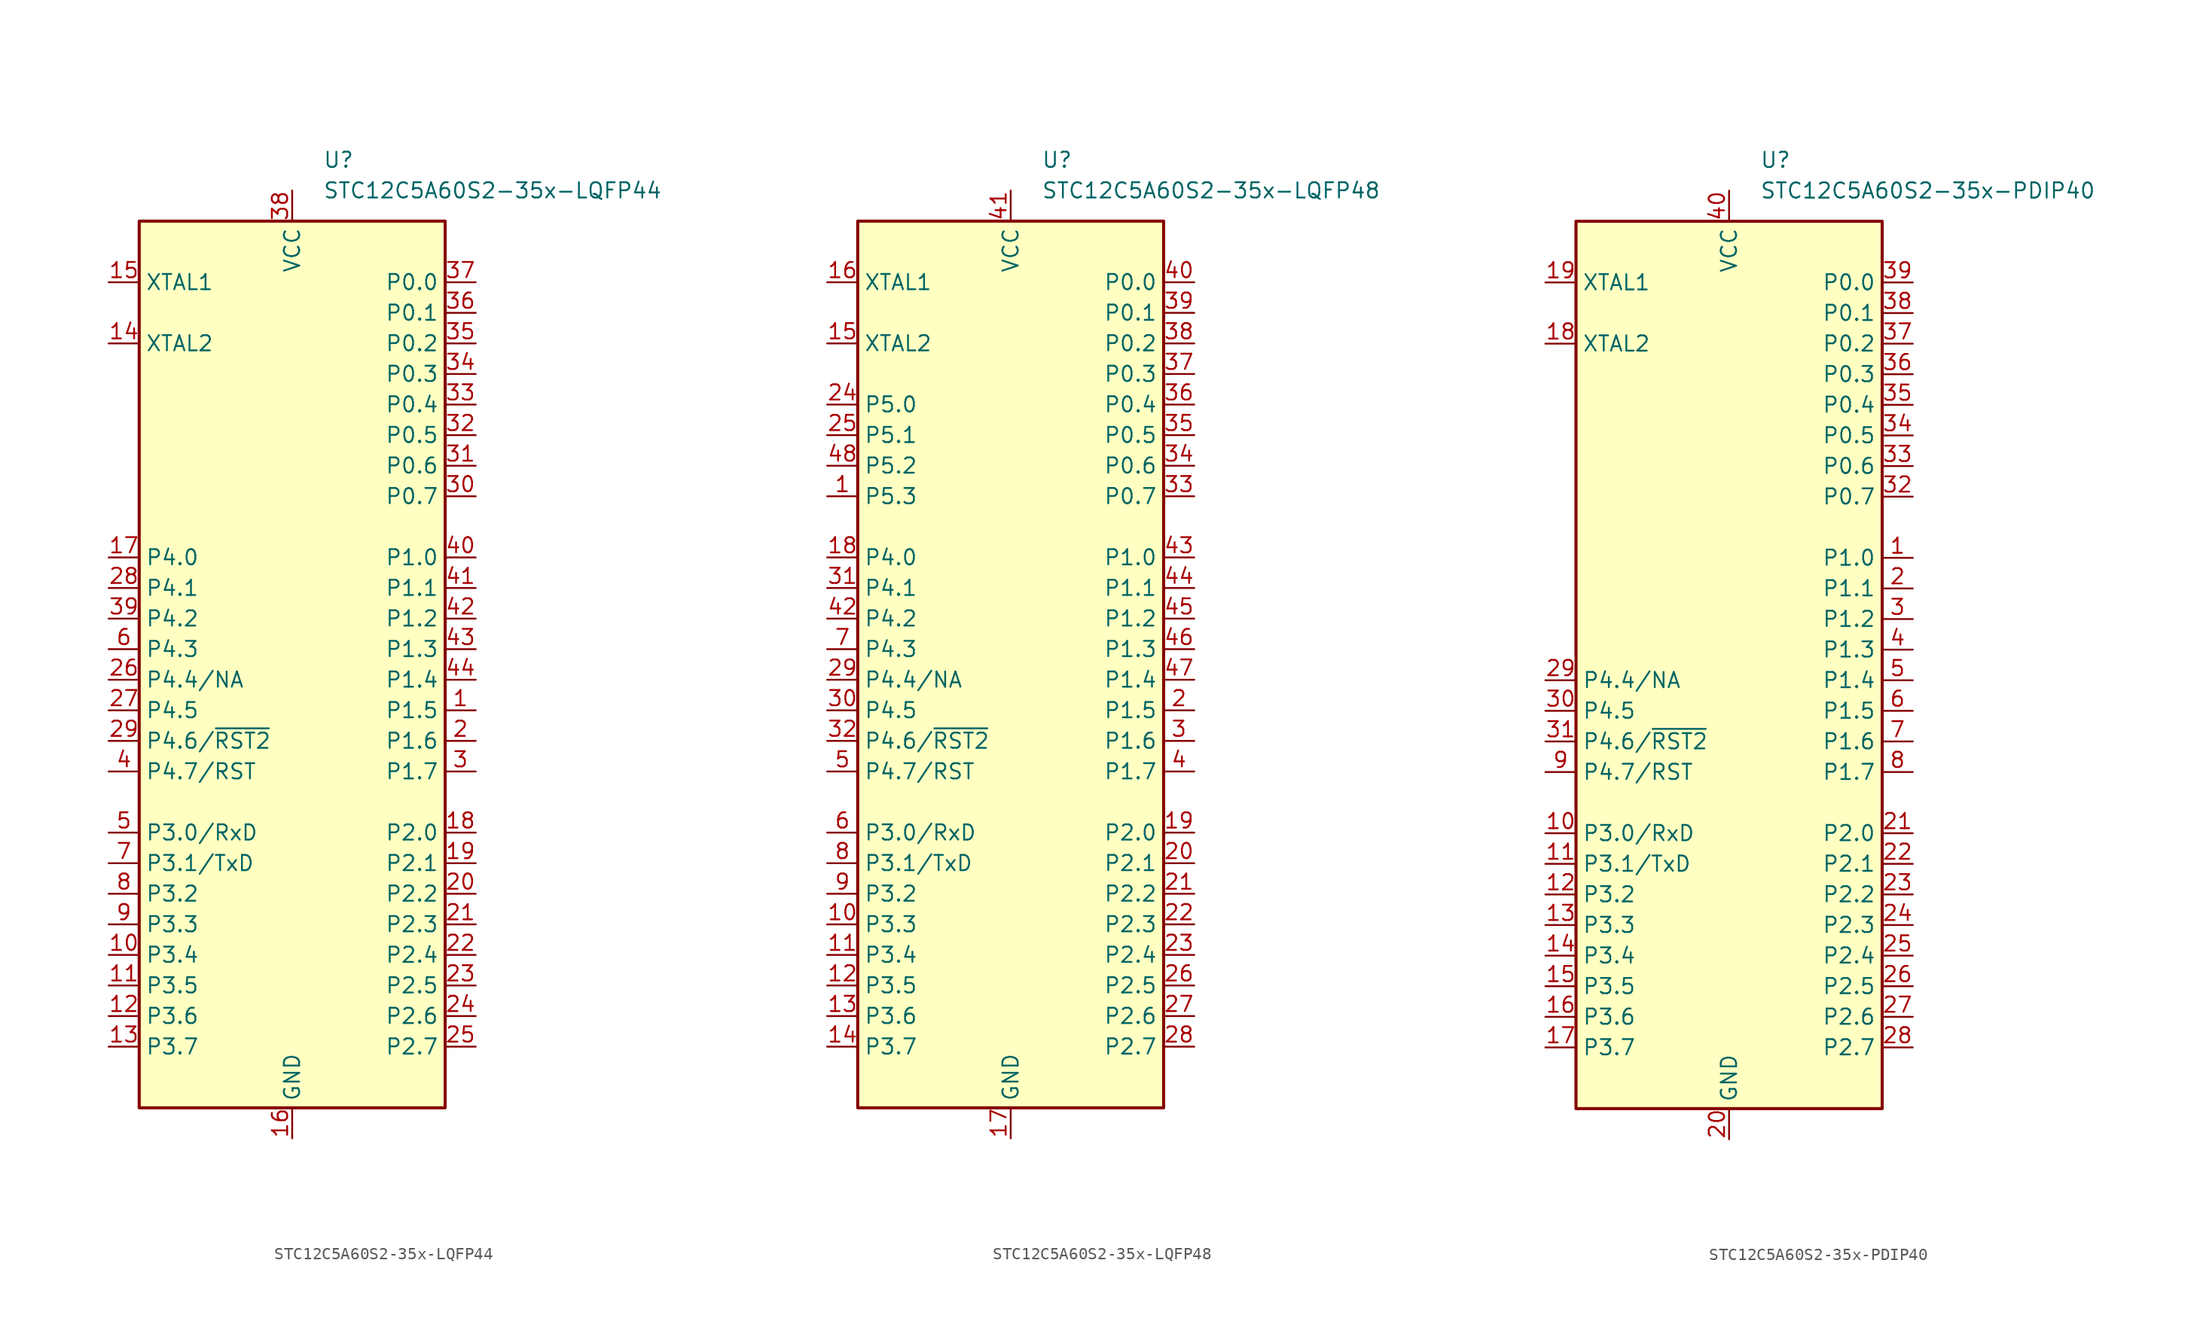
<source format=kicad_sym>
(kicad_symbol_lib
  (version 20211014)
  (generator kicad_symbol_editor)
  (symbol "STC12C5A60S2-35x-LQFP44"
    (property "Reference" "U"
      (at 2.54 41.91 0)
      (effects (font (size 1.27 1.27)) (justify left)))
    (property "Value" "STC12C5A60S2-35x-LQFP44"
      (at 2.54 39.37 0)
      (effects (font (size 1.27 1.27)) (justify left)))
    (symbol "STC12C5A60S2-35x-LQFP44_0_1"
      (rectangle (start -12.7 36.83) (end 12.7 -36.83) (stroke (width 0.254) (type default) (color 0 0 0 0)) (fill (type background))))
    (symbol "STC12C5A60S2-35x-LQFP44_1_1"
      (pin bidirectional line (at 15.24 -3.81 180) (length 2.54) (name "P1.5" (effects (font (size 1.27 1.27)))) (number "1" (effects (font (size 1.27 1.27)))))
      (pin bidirectional line (at -15.24 -24.13 0) (length 2.54) (name "P3.4" (effects (font (size 1.27 1.27)))) (number "10" (effects (font (size 1.27 1.27)))))
      (pin bidirectional line (at -15.24 -26.67 0) (length 2.54) (name "P3.5" (effects (font (size 1.27 1.27)))) (number "11" (effects (font (size 1.27 1.27)))))
      (pin bidirectional line (at -15.24 -29.21 0) (length 2.54) (name "P3.6" (effects (font (size 1.27 1.27)))) (number "12" (effects (font (size 1.27 1.27)))))
      (pin bidirectional line (at -15.24 -31.75 0) (length 2.54) (name "P3.7" (effects (font (size 1.27 1.27)))) (number "13" (effects (font (size 1.27 1.27)))))
      (pin output line (at -15.24 26.67 0) (length 2.54) (name "XTAL2" (effects (font (size 1.27 1.27)))) (number "14" (effects (font (size 1.27 1.27)))))
      (pin input line (at -15.24 31.75 0) (length 2.54) (name "XTAL1" (effects (font (size 1.27 1.27)))) (number "15" (effects (font (size 1.27 1.27)))))
      (pin power_in line (at 0 -39.37 90) (length 2.54) (name "GND" (effects (font (size 1.27 1.27)))) (number "16" (effects (font (size 1.27 1.27)))))
      (pin bidirectional line (at -15.24 8.89 0) (length 2.54) (name "P4.0" (effects (font (size 1.27 1.27)))) (number "17" (effects (font (size 1.27 1.27)))))
      (pin bidirectional line (at 15.24 -13.97 180) (length 2.54) (name "P2.0" (effects (font (size 1.27 1.27)))) (number "18" (effects (font (size 1.27 1.27)))))
      (pin bidirectional line (at 15.24 -16.51 180) (length 2.54) (name "P2.1" (effects (font (size 1.27 1.27)))) (number "19" (effects (font (size 1.27 1.27)))))
      (pin bidirectional line (at 15.24 -6.35 180) (length 2.54) (name "P1.6" (effects (font (size 1.27 1.27)))) (number "2" (effects (font (size 1.27 1.27)))))
      (pin bidirectional line (at 15.24 -19.05 180) (length 2.54) (name "P2.2" (effects (font (size 1.27 1.27)))) (number "20" (effects (font (size 1.27 1.27)))))
      (pin bidirectional line (at 15.24 -21.59 180) (length 2.54) (name "P2.3" (effects (font (size 1.27 1.27)))) (number "21" (effects (font (size 1.27 1.27)))))
      (pin bidirectional line (at 15.24 -24.13 180) (length 2.54) (name "P2.4" (effects (font (size 1.27 1.27)))) (number "22" (effects (font (size 1.27 1.27)))))
      (pin bidirectional line (at 15.24 -26.67 180) (length 2.54) (name "P2.5" (effects (font (size 1.27 1.27)))) (number "23" (effects (font (size 1.27 1.27)))))
      (pin bidirectional line (at 15.24 -29.21 180) (length 2.54) (name "P2.6" (effects (font (size 1.27 1.27)))) (number "24" (effects (font (size 1.27 1.27)))))
      (pin bidirectional line (at 15.24 -31.75 180) (length 2.54) (name "P2.7" (effects (font (size 1.27 1.27)))) (number "25" (effects (font (size 1.27 1.27)))))
      (pin bidirectional line (at -15.24 -1.27 0) (length 2.54) (name "P4.4/NA" (effects (font (size 1.27 1.27)))) (number "26" (effects (font (size 1.27 1.27)))))
      (pin bidirectional line (at -15.24 -3.81 0) (length 2.54) (name "P4.5" (effects (font (size 1.27 1.27)))) (number "27" (effects (font (size 1.27 1.27)))))
      (pin bidirectional line (at -15.24 6.35 0) (length 2.54) (name "P4.1" (effects (font (size 1.27 1.27)))) (number "28" (effects (font (size 1.27 1.27)))))
      (pin bidirectional line (at -15.24 -6.35 0) (length 2.54) (name "P4.6/~{RST2}" (effects (font (size 1.27 1.27)))) (number "29" (effects (font (size 1.27 1.27)))))
      (pin bidirectional line (at 15.24 -8.89 180) (length 2.54) (name "P1.7" (effects (font (size 1.27 1.27)))) (number "3" (effects (font (size 1.27 1.27)))))
      (pin bidirectional line (at 15.24 13.97 180) (length 2.54) (name "P0.7" (effects (font (size 1.27 1.27)))) (number "30" (effects (font (size 1.27 1.27)))))
      (pin bidirectional line (at 15.24 16.51 180) (length 2.54) (name "P0.6" (effects (font (size 1.27 1.27)))) (number "31" (effects (font (size 1.27 1.27)))))
      (pin bidirectional line (at 15.24 19.05 180) (length 2.54) (name "P0.5" (effects (font (size 1.27 1.27)))) (number "32" (effects (font (size 1.27 1.27)))))
      (pin bidirectional line (at 15.24 21.59 180) (length 2.54) (name "P0.4" (effects (font (size 1.27 1.27)))) (number "33" (effects (font (size 1.27 1.27)))))
      (pin bidirectional line (at 15.24 24.13 180) (length 2.54) (name "P0.3" (effects (font (size 1.27 1.27)))) (number "34" (effects (font (size 1.27 1.27)))))
      (pin bidirectional line (at 15.24 26.67 180) (length 2.54) (name "P0.2" (effects (font (size 1.27 1.27)))) (number "35" (effects (font (size 1.27 1.27)))))
      (pin bidirectional line (at 15.24 29.21 180) (length 2.54) (name "P0.1" (effects (font (size 1.27 1.27)))) (number "36" (effects (font (size 1.27 1.27)))))
      (pin bidirectional line (at 15.24 31.75 180) (length 2.54) (name "P0.0" (effects (font (size 1.27 1.27)))) (number "37" (effects (font (size 1.27 1.27)))))
      (pin power_in line (at 0 39.37 270) (length 2.54) (name "VCC" (effects (font (size 1.27 1.27)))) (number "38" (effects (font (size 1.27 1.27)))))
      (pin bidirectional line (at -15.24 3.81 0) (length 2.54) (name "P4.2" (effects (font (size 1.27 1.27)))) (number "39" (effects (font (size 1.27 1.27)))))
      (pin bidirectional line (at -15.24 -8.89 0) (length 2.54) (name "P4.7/RST" (effects (font (size 1.27 1.27)))) (number "4" (effects (font (size 1.27 1.27)))))
      (pin bidirectional line (at 15.24 8.89 180) (length 2.54) (name "P1.0" (effects (font (size 1.27 1.27)))) (number "40" (effects (font (size 1.27 1.27)))))
      (pin bidirectional line (at 15.24 6.35 180) (length 2.54) (name "P1.1" (effects (font (size 1.27 1.27)))) (number "41" (effects (font (size 1.27 1.27)))))
      (pin bidirectional line (at 15.24 3.81 180) (length 2.54) (name "P1.2" (effects (font (size 1.27 1.27)))) (number "42" (effects (font (size 1.27 1.27)))))
      (pin bidirectional line (at 15.24 1.27 180) (length 2.54) (name "P1.3" (effects (font (size 1.27 1.27)))) (number "43" (effects (font (size 1.27 1.27)))))
      (pin bidirectional line (at 15.24 -1.27 180) (length 2.54) (name "P1.4" (effects (font (size 1.27 1.27)))) (number "44" (effects (font (size 1.27 1.27)))))
      (pin bidirectional line (at -15.24 -13.97 0) (length 2.54) (name "P3.0/RxD" (effects (font (size 1.27 1.27)))) (number "5" (effects (font (size 1.27 1.27)))))
      (pin bidirectional line (at -15.24 1.27 0) (length 2.54) (name "P4.3" (effects (font (size 1.27 1.27)))) (number "6" (effects (font (size 1.27 1.27)))))
      (pin bidirectional line (at -15.24 -16.51 0) (length 2.54) (name "P3.1/TxD" (effects (font (size 1.27 1.27)))) (number "7" (effects (font (size 1.27 1.27)))))
      (pin bidirectional line (at -15.24 -19.05 0) (length 2.54) (name "P3.2" (effects (font (size 1.27 1.27)))) (number "8" (effects (font (size 1.27 1.27)))))
      (pin bidirectional line (at -15.24 -21.59 0) (length 2.54) (name "P3.3" (effects (font (size 1.27 1.27)))) (number "9" (effects (font (size 1.27 1.27)))))))
  (symbol "STC12C5A60S2-35x-LQFP48"
    (property "Reference" "U"
      (at 2.54 41.91 0)
      (effects (font (size 1.27 1.27)) (justify left)))
    (property "Value" "STC12C5A60S2-35x-LQFP48"
      (at 2.54 39.37 0)
      (effects (font (size 1.27 1.27)) (justify left)))
    (symbol "STC12C5A60S2-35x-LQFP48_0_1"
      (rectangle (start -12.7 36.83) (end 12.7 -36.83) (stroke (width 0.254) (type default) (color 0 0 0 0)) (fill (type background))))
    (symbol "STC12C5A60S2-35x-LQFP48_1_1"
      (pin bidirectional line (at -15.24 13.97 0) (length 2.54) (name "P5.3" (effects (font (size 1.27 1.27)))) (number "1" (effects (font (size 1.27 1.27)))))
      (pin bidirectional line (at -15.24 -21.59 0) (length 2.54) (name "P3.3" (effects (font (size 1.27 1.27)))) (number "10" (effects (font (size 1.27 1.27)))))
      (pin bidirectional line (at -15.24 -24.13 0) (length 2.54) (name "P3.4" (effects (font (size 1.27 1.27)))) (number "11" (effects (font (size 1.27 1.27)))))
      (pin bidirectional line (at -15.24 -26.67 0) (length 2.54) (name "P3.5" (effects (font (size 1.27 1.27)))) (number "12" (effects (font (size 1.27 1.27)))))
      (pin bidirectional line (at -15.24 -29.21 0) (length 2.54) (name "P3.6" (effects (font (size 1.27 1.27)))) (number "13" (effects (font (size 1.27 1.27)))))
      (pin bidirectional line (at -15.24 -31.75 0) (length 2.54) (name "P3.7" (effects (font (size 1.27 1.27)))) (number "14" (effects (font (size 1.27 1.27)))))
      (pin output line (at -15.24 26.67 0) (length 2.54) (name "XTAL2" (effects (font (size 1.27 1.27)))) (number "15" (effects (font (size 1.27 1.27)))))
      (pin input line (at -15.24 31.75 0) (length 2.54) (name "XTAL1" (effects (font (size 1.27 1.27)))) (number "16" (effects (font (size 1.27 1.27)))))
      (pin power_in line (at 0 -39.37 90) (length 2.54) (name "GND" (effects (font (size 1.27 1.27)))) (number "17" (effects (font (size 1.27 1.27)))))
      (pin bidirectional line (at -15.24 8.89 0) (length 2.54) (name "P4.0" (effects (font (size 1.27 1.27)))) (number "18" (effects (font (size 1.27 1.27)))))
      (pin bidirectional line (at 15.24 -13.97 180) (length 2.54) (name "P2.0" (effects (font (size 1.27 1.27)))) (number "19" (effects (font (size 1.27 1.27)))))
      (pin bidirectional line (at 15.24 -3.81 180) (length 2.54) (name "P1.5" (effects (font (size 1.27 1.27)))) (number "2" (effects (font (size 1.27 1.27)))))
      (pin bidirectional line (at 15.24 -16.51 180) (length 2.54) (name "P2.1" (effects (font (size 1.27 1.27)))) (number "20" (effects (font (size 1.27 1.27)))))
      (pin bidirectional line (at 15.24 -19.05 180) (length 2.54) (name "P2.2" (effects (font (size 1.27 1.27)))) (number "21" (effects (font (size 1.27 1.27)))))
      (pin bidirectional line (at 15.24 -21.59 180) (length 2.54) (name "P2.3" (effects (font (size 1.27 1.27)))) (number "22" (effects (font (size 1.27 1.27)))))
      (pin bidirectional line (at 15.24 -24.13 180) (length 2.54) (name "P2.4" (effects (font (size 1.27 1.27)))) (number "23" (effects (font (size 1.27 1.27)))))
      (pin bidirectional line (at -15.24 21.59 0) (length 2.54) (name "P5.0" (effects (font (size 1.27 1.27)))) (number "24" (effects (font (size 1.27 1.27)))))
      (pin bidirectional line (at -15.24 19.05 0) (length 2.54) (name "P5.1" (effects (font (size 1.27 1.27)))) (number "25" (effects (font (size 1.27 1.27)))))
      (pin bidirectional line (at 15.24 -26.67 180) (length 2.54) (name "P2.5" (effects (font (size 1.27 1.27)))) (number "26" (effects (font (size 1.27 1.27)))))
      (pin bidirectional line (at 15.24 -29.21 180) (length 2.54) (name "P2.6" (effects (font (size 1.27 1.27)))) (number "27" (effects (font (size 1.27 1.27)))))
      (pin bidirectional line (at 15.24 -31.75 180) (length 2.54) (name "P2.7" (effects (font (size 1.27 1.27)))) (number "28" (effects (font (size 1.27 1.27)))))
      (pin bidirectional line (at -15.24 -1.27 0) (length 2.54) (name "P4.4/NA" (effects (font (size 1.27 1.27)))) (number "29" (effects (font (size 1.27 1.27)))))
      (pin bidirectional line (at 15.24 -6.35 180) (length 2.54) (name "P1.6" (effects (font (size 1.27 1.27)))) (number "3" (effects (font (size 1.27 1.27)))))
      (pin bidirectional line (at -15.24 -3.81 0) (length 2.54) (name "P4.5" (effects (font (size 1.27 1.27)))) (number "30" (effects (font (size 1.27 1.27)))))
      (pin bidirectional line (at -15.24 6.35 0) (length 2.54) (name "P4.1" (effects (font (size 1.27 1.27)))) (number "31" (effects (font (size 1.27 1.27)))))
      (pin bidirectional line (at -15.24 -6.35 0) (length 2.54) (name "P4.6/~{RST2}" (effects (font (size 1.27 1.27)))) (number "32" (effects (font (size 1.27 1.27)))))
      (pin bidirectional line (at 15.24 13.97 180) (length 2.54) (name "P0.7" (effects (font (size 1.27 1.27)))) (number "33" (effects (font (size 1.27 1.27)))))
      (pin bidirectional line (at 15.24 16.51 180) (length 2.54) (name "P0.6" (effects (font (size 1.27 1.27)))) (number "34" (effects (font (size 1.27 1.27)))))
      (pin bidirectional line (at 15.24 19.05 180) (length 2.54) (name "P0.5" (effects (font (size 1.27 1.27)))) (number "35" (effects (font (size 1.27 1.27)))))
      (pin bidirectional line (at 15.24 21.59 180) (length 2.54) (name "P0.4" (effects (font (size 1.27 1.27)))) (number "36" (effects (font (size 1.27 1.27)))))
      (pin bidirectional line (at 15.24 24.13 180) (length 2.54) (name "P0.3" (effects (font (size 1.27 1.27)))) (number "37" (effects (font (size 1.27 1.27)))))
      (pin bidirectional line (at 15.24 26.67 180) (length 2.54) (name "P0.2" (effects (font (size 1.27 1.27)))) (number "38" (effects (font (size 1.27 1.27)))))
      (pin bidirectional line (at 15.24 29.21 180) (length 2.54) (name "P0.1" (effects (font (size 1.27 1.27)))) (number "39" (effects (font (size 1.27 1.27)))))
      (pin bidirectional line (at 15.24 -8.89 180) (length 2.54) (name "P1.7" (effects (font (size 1.27 1.27)))) (number "4" (effects (font (size 1.27 1.27)))))
      (pin bidirectional line (at 15.24 31.75 180) (length 2.54) (name "P0.0" (effects (font (size 1.27 1.27)))) (number "40" (effects (font (size 1.27 1.27)))))
      (pin power_in line (at 0 39.37 270) (length 2.54) (name "VCC" (effects (font (size 1.27 1.27)))) (number "41" (effects (font (size 1.27 1.27)))))
      (pin bidirectional line (at -15.24 3.81 0) (length 2.54) (name "P4.2" (effects (font (size 1.27 1.27)))) (number "42" (effects (font (size 1.27 1.27)))))
      (pin bidirectional line (at 15.24 8.89 180) (length 2.54) (name "P1.0" (effects (font (size 1.27 1.27)))) (number "43" (effects (font (size 1.27 1.27)))))
      (pin bidirectional line (at 15.24 6.35 180) (length 2.54) (name "P1.1" (effects (font (size 1.27 1.27)))) (number "44" (effects (font (size 1.27 1.27)))))
      (pin bidirectional line (at 15.24 3.81 180) (length 2.54) (name "P1.2" (effects (font (size 1.27 1.27)))) (number "45" (effects (font (size 1.27 1.27)))))
      (pin bidirectional line (at 15.24 1.27 180) (length 2.54) (name "P1.3" (effects (font (size 1.27 1.27)))) (number "46" (effects (font (size 1.27 1.27)))))
      (pin bidirectional line (at 15.24 -1.27 180) (length 2.54) (name "P1.4" (effects (font (size 1.27 1.27)))) (number "47" (effects (font (size 1.27 1.27)))))
      (pin bidirectional line (at -15.24 16.51 0) (length 2.54) (name "P5.2" (effects (font (size 1.27 1.27)))) (number "48" (effects (font (size 1.27 1.27)))))
      (pin bidirectional line (at -15.24 -8.89 0) (length 2.54) (name "P4.7/RST" (effects (font (size 1.27 1.27)))) (number "5" (effects (font (size 1.27 1.27)))))
      (pin bidirectional line (at -15.24 -13.97 0) (length 2.54) (name "P3.0/RxD" (effects (font (size 1.27 1.27)))) (number "6" (effects (font (size 1.27 1.27)))))
      (pin bidirectional line (at -15.24 1.27 0) (length 2.54) (name "P4.3" (effects (font (size 1.27 1.27)))) (number "7" (effects (font (size 1.27 1.27)))))
      (pin bidirectional line (at -15.24 -16.51 0) (length 2.54) (name "P3.1/TxD" (effects (font (size 1.27 1.27)))) (number "8" (effects (font (size 1.27 1.27)))))
      (pin bidirectional line (at -15.24 -19.05 0) (length 2.54) (name "P3.2" (effects (font (size 1.27 1.27)))) (number "9" (effects (font (size 1.27 1.27)))))))
  (symbol "STC12C5A60S2-35x-PDIP40"
    (property "Reference" "U"
      (at 2.54 41.91 0)
      (effects (font (size 1.27 1.27)) (justify left)))
    (property "Value" "STC12C5A60S2-35x-PDIP40"
      (at 2.54 39.37 0)
      (effects (font (size 1.27 1.27)) (justify left)))
    (symbol "STC12C5A60S2-35x-PDIP40_0_1"
      (rectangle (start -12.7 36.83) (end 12.7 -36.83) (stroke (width 0.254) (type default) (color 0 0 0 0)) (fill (type background))))
    (symbol "STC12C5A60S2-35x-PDIP40_1_1"
      (pin bidirectional line (at 15.24 8.89 180) (length 2.54) (name "P1.0" (effects (font (size 1.27 1.27)))) (number "1" (effects (font (size 1.27 1.27)))))
      (pin bidirectional line (at -15.24 -13.97 0) (length 2.54) (name "P3.0/RxD" (effects (font (size 1.27 1.27)))) (number "10" (effects (font (size 1.27 1.27)))))
      (pin bidirectional line (at -15.24 -16.51 0) (length 2.54) (name "P3.1/TxD" (effects (font (size 1.27 1.27)))) (number "11" (effects (font (size 1.27 1.27)))))
      (pin bidirectional line (at -15.24 -19.05 0) (length 2.54) (name "P3.2" (effects (font (size 1.27 1.27)))) (number "12" (effects (font (size 1.27 1.27)))))
      (pin bidirectional line (at -15.24 -21.59 0) (length 2.54) (name "P3.3" (effects (font (size 1.27 1.27)))) (number "13" (effects (font (size 1.27 1.27)))))
      (pin bidirectional line (at -15.24 -24.13 0) (length 2.54) (name "P3.4" (effects (font (size 1.27 1.27)))) (number "14" (effects (font (size 1.27 1.27)))))
      (pin bidirectional line (at -15.24 -26.67 0) (length 2.54) (name "P3.5" (effects (font (size 1.27 1.27)))) (number "15" (effects (font (size 1.27 1.27)))))
      (pin bidirectional line (at -15.24 -29.21 0) (length 2.54) (name "P3.6" (effects (font (size 1.27 1.27)))) (number "16" (effects (font (size 1.27 1.27)))))
      (pin bidirectional line (at -15.24 -31.75 0) (length 2.54) (name "P3.7" (effects (font (size 1.27 1.27)))) (number "17" (effects (font (size 1.27 1.27)))))
      (pin output line (at -15.24 26.67 0) (length 2.54) (name "XTAL2" (effects (font (size 1.27 1.27)))) (number "18" (effects (font (size 1.27 1.27)))))
      (pin input line (at -15.24 31.75 0) (length 2.54) (name "XTAL1" (effects (font (size 1.27 1.27)))) (number "19" (effects (font (size 1.27 1.27)))))
      (pin bidirectional line (at 15.24 6.35 180) (length 2.54) (name "P1.1" (effects (font (size 1.27 1.27)))) (number "2" (effects (font (size 1.27 1.27)))))
      (pin power_in line (at 0 -39.37 90) (length 2.54) (name "GND" (effects (font (size 1.27 1.27)))) (number "20" (effects (font (size 1.27 1.27)))))
      (pin bidirectional line (at 15.24 -13.97 180) (length 2.54) (name "P2.0" (effects (font (size 1.27 1.27)))) (number "21" (effects (font (size 1.27 1.27)))))
      (pin bidirectional line (at 15.24 -16.51 180) (length 2.54) (name "P2.1" (effects (font (size 1.27 1.27)))) (number "22" (effects (font (size 1.27 1.27)))))
      (pin bidirectional line (at 15.24 -19.05 180) (length 2.54) (name "P2.2" (effects (font (size 1.27 1.27)))) (number "23" (effects (font (size 1.27 1.27)))))
      (pin bidirectional line (at 15.24 -21.59 180) (length 2.54) (name "P2.3" (effects (font (size 1.27 1.27)))) (number "24" (effects (font (size 1.27 1.27)))))
      (pin bidirectional line (at 15.24 -24.13 180) (length 2.54) (name "P2.4" (effects (font (size 1.27 1.27)))) (number "25" (effects (font (size 1.27 1.27)))))
      (pin bidirectional line (at 15.24 -26.67 180) (length 2.54) (name "P2.5" (effects (font (size 1.27 1.27)))) (number "26" (effects (font (size 1.27 1.27)))))
      (pin bidirectional line (at 15.24 -29.21 180) (length 2.54) (name "P2.6" (effects (font (size 1.27 1.27)))) (number "27" (effects (font (size 1.27 1.27)))))
      (pin bidirectional line (at 15.24 -31.75 180) (length 2.54) (name "P2.7" (effects (font (size 1.27 1.27)))) (number "28" (effects (font (size 1.27 1.27)))))
      (pin bidirectional line (at -15.24 -1.27 0) (length 2.54) (name "P4.4/NA" (effects (font (size 1.27 1.27)))) (number "29" (effects (font (size 1.27 1.27)))))
      (pin bidirectional line (at 15.24 3.81 180) (length 2.54) (name "P1.2" (effects (font (size 1.27 1.27)))) (number "3" (effects (font (size 1.27 1.27)))))
      (pin bidirectional line (at -15.24 -3.81 0) (length 2.54) (name "P4.5" (effects (font (size 1.27 1.27)))) (number "30" (effects (font (size 1.27 1.27)))))
      (pin bidirectional line (at -15.24 -6.35 0) (length 2.54) (name "P4.6/~{RST2}" (effects (font (size 1.27 1.27)))) (number "31" (effects (font (size 1.27 1.27)))))
      (pin bidirectional line (at 15.24 13.97 180) (length 2.54) (name "P0.7" (effects (font (size 1.27 1.27)))) (number "32" (effects (font (size 1.27 1.27)))))
      (pin bidirectional line (at 15.24 16.51 180) (length 2.54) (name "P0.6" (effects (font (size 1.27 1.27)))) (number "33" (effects (font (size 1.27 1.27)))))
      (pin bidirectional line (at 15.24 19.05 180) (length 2.54) (name "P0.5" (effects (font (size 1.27 1.27)))) (number "34" (effects (font (size 1.27 1.27)))))
      (pin bidirectional line (at 15.24 21.59 180) (length 2.54) (name "P0.4" (effects (font (size 1.27 1.27)))) (number "35" (effects (font (size 1.27 1.27)))))
      (pin bidirectional line (at 15.24 24.13 180) (length 2.54) (name "P0.3" (effects (font (size 1.27 1.27)))) (number "36" (effects (font (size 1.27 1.27)))))
      (pin bidirectional line (at 15.24 26.67 180) (length 2.54) (name "P0.2" (effects (font (size 1.27 1.27)))) (number "37" (effects (font (size 1.27 1.27)))))
      (pin bidirectional line (at 15.24 29.21 180) (length 2.54) (name "P0.1" (effects (font (size 1.27 1.27)))) (number "38" (effects (font (size 1.27 1.27)))))
      (pin bidirectional line (at 15.24 31.75 180) (length 2.54) (name "P0.0" (effects (font (size 1.27 1.27)))) (number "39" (effects (font (size 1.27 1.27)))))
      (pin bidirectional line (at 15.24 1.27 180) (length 2.54) (name "P1.3" (effects (font (size 1.27 1.27)))) (number "4" (effects (font (size 1.27 1.27)))))
      (pin power_in line (at 0 39.37 270) (length 2.54) (name "VCC" (effects (font (size 1.27 1.27)))) (number "40" (effects (font (size 1.27 1.27)))))
      (pin bidirectional line (at 15.24 -1.27 180) (length 2.54) (name "P1.4" (effects (font (size 1.27 1.27)))) (number "5" (effects (font (size 1.27 1.27)))))
      (pin bidirectional line (at 15.24 -3.81 180) (length 2.54) (name "P1.5" (effects (font (size 1.27 1.27)))) (number "6" (effects (font (size 1.27 1.27)))))
      (pin bidirectional line (at 15.24 -6.35 180) (length 2.54) (name "P1.6" (effects (font (size 1.27 1.27)))) (number "7" (effects (font (size 1.27 1.27)))))
      (pin bidirectional line (at 15.24 -8.89 180) (length 2.54) (name "P1.7" (effects (font (size 1.27 1.27)))) (number "8" (effects (font (size 1.27 1.27)))))
      (pin bidirectional line (at -15.24 -8.89 0) (length 2.54) (name "P4.7/RST" (effects (font (size 1.27 1.27)))) (number "9" (effects (font (size 1.27 1.27))))))))
</source>
